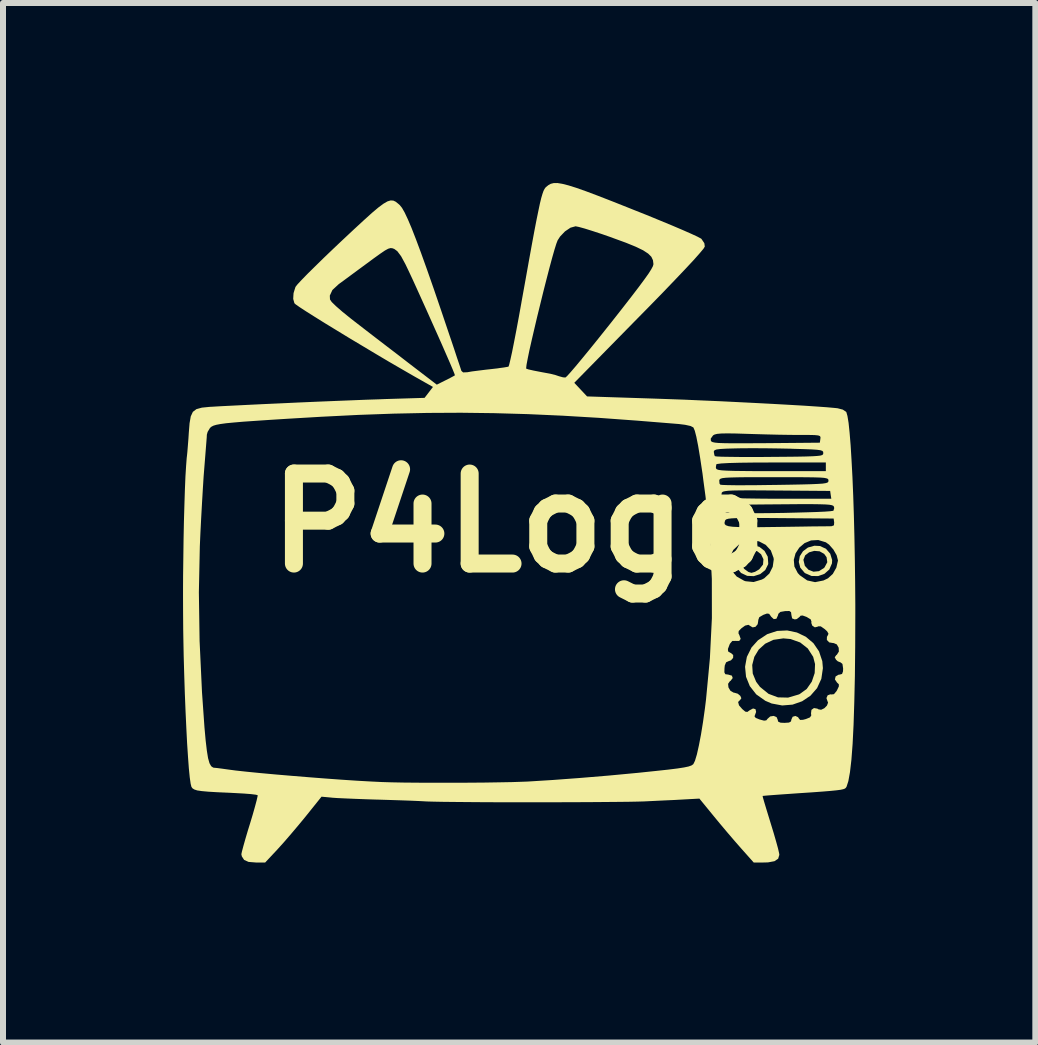
<source format=kicad_pcb>
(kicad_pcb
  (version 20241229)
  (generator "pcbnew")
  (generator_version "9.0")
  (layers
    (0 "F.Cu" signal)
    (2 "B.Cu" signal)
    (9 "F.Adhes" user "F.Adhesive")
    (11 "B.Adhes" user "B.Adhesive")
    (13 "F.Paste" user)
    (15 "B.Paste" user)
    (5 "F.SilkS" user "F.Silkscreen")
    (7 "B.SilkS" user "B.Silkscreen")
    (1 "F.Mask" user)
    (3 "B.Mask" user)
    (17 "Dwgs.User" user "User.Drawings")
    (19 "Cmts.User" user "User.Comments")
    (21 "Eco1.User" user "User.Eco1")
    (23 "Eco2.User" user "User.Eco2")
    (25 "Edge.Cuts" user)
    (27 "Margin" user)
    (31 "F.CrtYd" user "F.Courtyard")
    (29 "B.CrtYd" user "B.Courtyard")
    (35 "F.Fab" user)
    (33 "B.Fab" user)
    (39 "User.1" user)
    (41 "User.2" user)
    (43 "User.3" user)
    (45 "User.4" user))
  (footprint "P4Logo"
    (layer "F.Cu")
    (at 5.598 5.663)
    (property "Reference" "P4Logo" (at 0 0 0) (layer "F.SilkS") (effects (font (size 1.5 1.5) (thickness 0.3))))
    (attr board_only exclude_from_pos_files exclude_from_bom)
    (fp_poly (pts (xy 5.015 0.386) (xy 5.115 0.431) (xy 5.187 0.514) (xy 5.219 0.619) (xy 5.216 0.675) (xy 5.172 0.777) (xy 5.091 0.849) (xy 4.986 0.887) (xy 4.875 0.885) (xy 4.77 0.839) (xy 4.761 0.833) (xy 4.688 0.747) (xy 4.663 0.651) (xy 4.669 0.62) (xy 4.741 0.62) (xy 4.764 0.716) (xy 4.825 0.782) (xy 4.908 0.814) (xy 4.999 0.805) (xy 5.083 0.752) (xy 5.093 0.741) (xy 5.138 0.656) (xy 5.126 0.572) (xy 5.086 0.517) (xy 5.01 0.474) (xy 4.921 0.467) (xy 4.835 0.491) (xy 4.77 0.541) (xy 4.741 0.613) (xy 4.741 0.62) (xy 4.669 0.62) (xy 4.68 0.556) (xy 4.733 0.473) (xy 4.816 0.411) (xy 4.924 0.381)) (stroke (width 0) (type solid)) (fill yes) (layer "F.SilkS"))
    (fp_poly (pts (xy 4.005 0.399) (xy 4.092 0.467) (xy 4.146 0.564) (xy 4.154 0.676) (xy 4.152 0.691) (xy 4.104 0.787) (xy 4.02 0.854) (xy 3.914 0.888) (xy 3.803 0.883) (xy 3.701 0.835) (xy 3.7 0.834) (xy 3.63 0.749) (xy 3.606 0.651) (xy 3.61 0.633) (xy 3.678 0.633) (xy 3.701 0.7) (xy 3.756 0.769) (xy 3.825 0.819) (xy 3.874 0.833) (xy 3.934 0.816) (xy 4.003 0.775) (xy 4.004 0.774) (xy 4.067 0.695) (xy 4.074 0.606) (xy 4.035 0.524) (xy 3.969 0.472) (xy 3.884 0.46) (xy 3.796 0.48) (xy 3.723 0.529) (xy 3.682 0.601) (xy 3.678 0.633) (xy 3.61 0.633) (xy 3.625 0.552) (xy 3.68 0.465) (xy 3.766 0.402) (xy 3.878 0.374) (xy 3.894 0.374)) (stroke (width 0) (type solid)) (fill yes) (layer "F.SilkS"))
    (fp_poly (pts (xy 4.632 1.827) (xy 4.78 1.898) (xy 4.906 2.004) (xy 5 2.141) (xy 5.055 2.305) (xy 5.065 2.421) (xy 5.039 2.599) (xy 4.968 2.754) (xy 4.858 2.88) (xy 4.719 2.973) (xy 4.559 3.029) (xy 4.387 3.043) (xy 4.21 3.01) (xy 4.105 2.965) (xy 3.954 2.858) (xy 3.847 2.721) (xy 3.784 2.565) (xy 3.768 2.399) (xy 3.773 2.369) (xy 3.887 2.369) (xy 3.896 2.511) (xy 3.953 2.649) (xy 4.017 2.734) (xy 4.159 2.849) (xy 4.316 2.908) (xy 4.485 2.912) (xy 4.662 2.86) (xy 4.678 2.853) (xy 4.795 2.768) (xy 4.88 2.646) (xy 4.928 2.503) (xy 4.934 2.353) (xy 4.903 2.233) (xy 4.813 2.093) (xy 4.686 1.993) (xy 4.526 1.936) (xy 4.406 1.925) (xy 4.241 1.949) (xy 4.103 2.014) (xy 3.995 2.112) (xy 3.922 2.233) (xy 3.887 2.369) (xy 3.773 2.369) (xy 3.798 2.233) (xy 3.876 2.076) (xy 3.983 1.957) (xy 4.137 1.855) (xy 4.302 1.801) (xy 4.47 1.793)) (stroke (width 0) (type solid)) (fill yes) (layer "F.SilkS"))
    (fp_poly (pts (xy 0.721 -5.65) (xy 0.824 -5.624) (xy 0.955 -5.583) (xy 1.119 -5.525) (xy 1.321 -5.449) (xy 1.565 -5.354) (xy 1.857 -5.238) (xy 1.884 -5.227) (xy 2.123 -5.132) (xy 2.347 -5.04) (xy 2.55 -4.956) (xy 2.726 -4.881) (xy 2.869 -4.818) (xy 2.973 -4.77) (xy 3.031 -4.739) (xy 3.04 -4.733) (xy 3.089 -4.661) (xy 3.097 -4.605) (xy 3.075 -4.568) (xy 3.012 -4.493) (xy 2.912 -4.38) (xy 2.773 -4.231) (xy 2.599 -4.048) (xy 2.391 -3.831) (xy 2.149 -3.583) (xy 2.005 -3.437) (xy 0.922 -2.334) (xy 1.028 -2.221) (xy 1.135 -2.107) (xy 2.212 -2.072) (xy 2.471 -2.063) (xy 2.752 -2.053) (xy 3.046 -2.04) (xy 3.349 -2.027) (xy 3.653 -2.012) (xy 3.951 -1.997) (xy 4.237 -1.982) (xy 4.504 -1.967) (xy 4.746 -1.953) (xy 4.955 -1.939) (xy 5.125 -1.927) (xy 5.249 -1.916) (xy 5.308 -1.91) (xy 5.397 -1.887) (xy 5.451 -1.851) (xy 5.456 -1.844) (xy 5.474 -1.781) (xy 5.493 -1.665) (xy 5.51 -1.5) (xy 5.527 -1.293) (xy 5.542 -1.047) (xy 5.557 -0.767) (xy 5.57 -0.458) (xy 5.581 -0.125) (xy 5.59 0.228) (xy 5.597 0.596) (xy 5.602 0.974) (xy 5.605 1.357) (xy 5.605 1.517) (xy 5.603 2.063) (xy 5.598 2.553) (xy 5.588 2.987) (xy 5.576 3.364) (xy 5.56 3.684) (xy 5.54 3.948) (xy 5.516 4.155) (xy 5.489 4.304) (xy 5.459 4.397) (xy 5.457 4.4) (xy 5.447 4.415) (xy 5.432 4.428) (xy 5.405 4.438) (xy 5.36 4.448) (xy 5.291 4.457) (xy 5.192 4.467) (xy 5.057 4.478) (xy 4.879 4.491) (xy 4.653 4.506) (xy 4.54 4.514) (xy 4.382 4.525) (xy 4.245 4.535) (xy 4.14 4.543) (xy 4.076 4.549) (xy 4.06 4.551) (xy 4.066 4.579) (xy 4.087 4.652) (xy 4.12 4.762) (xy 4.162 4.899) (xy 4.196 5.01) (xy 4.244 5.167) (xy 4.285 5.309) (xy 4.317 5.425) (xy 4.335 5.505) (xy 4.339 5.532) (xy 4.319 5.597) (xy 4.258 5.638) (xy 4.15 5.658) (xy 4.07 5.66) (xy 3.912 5.66) (xy 3.701 5.423) (xy 3.595 5.302) (xy 3.47 5.156) (xy 3.343 5.005) (xy 3.249 4.891) (xy 3.007 4.595) (xy 2.732 4.61) (xy 2.589 4.618) (xy 2.412 4.626) (xy 2.227 4.635) (xy 2.083 4.642) (xy 1.977 4.645) (xy 1.824 4.648) (xy 1.63 4.65) (xy 1.403 4.652) (xy 1.147 4.654) (xy 0.872 4.655) (xy 0.582 4.656) (xy 0.286 4.656) (xy -0.011 4.656) (xy -0.301 4.656) (xy -0.578 4.655) (xy -0.835 4.653) (xy -1.065 4.651) (xy -1.262 4.649) (xy -1.418 4.646) (xy -1.528 4.643) (xy -1.566 4.641) (xy -1.658 4.636) (xy -1.795 4.63) (xy -1.964 4.624) (xy -2.151 4.618) (xy -2.345 4.612) (xy -2.356 4.612) (xy -2.547 4.606) (xy -2.731 4.599) (xy -2.894 4.592) (xy -3.025 4.586) (xy -3.112 4.58) (xy -3.118 4.579) (xy -3.29 4.563) (xy -3.554 4.892) (xy -3.671 5.034) (xy -3.796 5.182) (xy -3.916 5.321) (xy -4.017 5.433) (xy -4.024 5.441) (xy -4.229 5.66) (xy -4.383 5.66) (xy -4.506 5.65) (xy -4.578 5.618) (xy -4.581 5.615) (xy -4.618 5.558) (xy -4.626 5.522) (xy -4.617 5.479) (xy -4.594 5.392) (xy -4.56 5.271) (xy -4.517 5.125) (xy -4.483 5.016) (xy -4.437 4.863) (xy -4.399 4.729) (xy -4.371 4.624) (xy -4.356 4.557) (xy -4.354 4.538) (xy -4.386 4.53) (xy -4.465 4.52) (xy -4.581 4.511) (xy -4.725 4.503) (xy -4.82 4.498) (xy -5.022 4.489) (xy -5.175 4.48) (xy -5.285 4.47) (xy -5.361 4.459) (xy -5.41 4.443) (xy -5.44 4.424) (xy -5.458 4.399) (xy -5.471 4.347) (xy -5.486 4.242) (xy -5.501 4.091) (xy -5.515 3.9) (xy -5.53 3.673) (xy -5.543 3.418) (xy -5.556 3.139) (xy -5.568 2.842) (xy -5.578 2.534) (xy -5.587 2.218) (xy -5.593 1.902) (xy -5.595 1.773) (xy -5.597 1.493) (xy -5.598 1.196) (xy -5.598 1.156) (xy -5.334 1.156) (xy -5.322 1.966) (xy -5.282 2.821) (xy -5.241 3.405) (xy -5.221 3.626) (xy -5.201 3.796) (xy -5.181 3.92) (xy -5.157 4.005) (xy -5.129 4.055) (xy -5.096 4.078) (xy -5.078 4.081) (xy -5.033 4.085) (xy -4.949 4.096) (xy -4.856 4.109) (xy -4.721 4.127) (xy -4.538 4.147) (xy -4.316 4.169) (xy -4.065 4.192) (xy -3.794 4.215) (xy -3.513 4.238) (xy -3.23 4.26) (xy -2.956 4.28) (xy -2.699 4.297) (xy -2.47 4.31) (xy -2.284 4.319) (xy -2.12 4.324) (xy -1.912 4.328) (xy -1.67 4.33) (xy -1.406 4.331) (xy -1.13 4.331) (xy -0.853 4.33) (xy -0.584 4.328) (xy -0.335 4.324) (xy -0.116 4.32) (xy 0.062 4.314) (xy 0.144 4.311) (xy 0.561 4.285) (xy 1.019 4.251) (xy 1.5 4.211) (xy 1.988 4.165) (xy 2.284 4.134) (xy 2.487 4.112) (xy 2.64 4.093) (xy 2.75 4.076) (xy 2.826 4.06) (xy 2.874 4.043) (xy 2.902 4.024) (xy 2.906 4.02) (xy 2.933 3.965) (xy 2.965 3.859) (xy 2.998 3.712) (xy 3.033 3.53) (xy 3.067 3.32) (xy 3.099 3.092) (xy 3.117 2.945) (xy 3.16 2.491) (xy 3.423 2.491) (xy 3.439 2.522) (xy 3.484 2.528) (xy 3.489 2.529) (xy 3.548 2.546) (xy 3.562 2.586) (xy 3.527 2.632) (xy 3.516 2.638) (xy 3.485 2.682) (xy 3.491 2.742) (xy 3.524 2.798) (xy 3.577 2.829) (xy 3.591 2.831) (xy 3.646 2.847) (xy 3.689 2.883) (xy 3.706 2.923) (xy 3.686 2.951) (xy 3.685 2.951) (xy 3.652 2.985) (xy 3.667 3.041) (xy 3.721 3.103) (xy 3.772 3.146) (xy 3.806 3.151) (xy 3.843 3.124) (xy 3.901 3.093) (xy 3.942 3.105) (xy 3.952 3.15) (xy 3.94 3.184) (xy 3.925 3.224) (xy 3.945 3.25) (xy 4.009 3.276) (xy 4.012 3.277) (xy 4.084 3.296) (xy 4.122 3.291) (xy 4.143 3.265) (xy 4.187 3.226) (xy 4.245 3.217) (xy 4.293 3.237) (xy 4.31 3.276) (xy 4.32 3.313) (xy 4.359 3.33) (xy 4.425 3.333) (xy 4.5 3.328) (xy 4.533 3.309) (xy 4.54 3.276) (xy 4.561 3.231) (xy 4.607 3.218) (xy 4.651 3.238) (xy 4.664 3.259) (xy 4.686 3.284) (xy 4.733 3.282) (xy 4.782 3.269) (xy 4.849 3.242) (xy 4.871 3.21) (xy 4.867 3.174) (xy 4.874 3.116) (xy 4.916 3.086) (xy 4.974 3.096) (xy 4.99 3.107) (xy 5.035 3.115) (xy 5.089 3.089) (xy 5.133 3.044) (xy 5.151 2.996) (xy 5.142 2.973) (xy 5.124 2.92) (xy 5.144 2.874) (xy 5.189 2.857) (xy 5.203 2.86) (xy 5.249 2.855) (xy 5.292 2.804) (xy 5.302 2.786) (xy 5.331 2.724) (xy 5.33 2.689) (xy 5.299 2.66) (xy 5.299 2.659) (xy 5.265 2.609) (xy 5.277 2.559) (xy 5.327 2.53) (xy 5.343 2.529) (xy 5.384 2.518) (xy 5.4 2.475) (xy 5.402 2.428) (xy 5.391 2.352) (xy 5.362 2.327) (xy 5.313 2.307) (xy 5.284 2.281) (xy 5.262 2.24) (xy 5.287 2.205) (xy 5.298 2.197) (xy 5.331 2.145) (xy 5.328 2.081) (xy 5.297 2.026) (xy 5.245 2.003) (xy 5.236 2.003) (xy 5.17 1.992) (xy 5.131 1.951) (xy 5.132 1.899) (xy 5.142 1.883) (xy 5.158 1.848) (xy 5.136 1.808) (xy 5.096 1.771) (xy 5.03 1.725) (xy 4.986 1.724) (xy 4.978 1.73) (xy 4.931 1.741) (xy 4.888 1.713) (xy 4.871 1.666) (xy 4.875 1.65) (xy 4.862 1.609) (xy 4.794 1.568) (xy 4.728 1.544) (xy 4.693 1.547) (xy 4.675 1.568) (xy 4.63 1.603) (xy 4.596 1.609) (xy 4.552 1.592) (xy 4.54 1.535) (xy 4.534 1.488) (xy 4.506 1.469) (xy 4.44 1.47) (xy 4.432 1.471) (xy 4.357 1.484) (xy 4.323 1.515) (xy 4.315 1.544) (xy 4.29 1.598) (xy 4.246 1.604) (xy 4.201 1.562) (xy 4.195 1.552) (xy 4.169 1.516) (xy 4.133 1.511) (xy 4.072 1.533) (xy 4.005 1.572) (xy 3.987 1.621) (xy 3.988 1.629) (xy 3.978 1.689) (xy 3.942 1.732) (xy 3.895 1.742) (xy 3.872 1.729) (xy 3.824 1.699) (xy 3.769 1.712) (xy 3.708 1.756) (xy 3.662 1.802) (xy 3.658 1.841) (xy 3.673 1.871) (xy 3.695 1.934) (xy 3.67 1.968) (xy 3.61 1.967) (xy 3.555 1.968) (xy 3.517 2.013) (xy 3.511 2.025) (xy 3.482 2.101) (xy 3.485 2.142) (xy 3.523 2.166) (xy 3.531 2.168) (xy 3.57 2.202) (xy 3.569 2.25) (xy 3.533 2.291) (xy 3.495 2.304) (xy 3.452 2.324) (xy 3.43 2.376) (xy 3.425 2.421) (xy 3.423 2.491) (xy 3.16 2.491) (xy 3.182 2.254) (xy 3.215 1.589) (xy 3.214 0.933) (xy 3.201 0.685) (xy 3.509 0.685) (xy 3.547 0.799) (xy 3.629 0.895) (xy 3.753 0.965) (xy 3.778 0.973) (xy 3.91 0.986) (xy 4.047 0.945) (xy 4.087 0.924) (xy 4.173 0.844) (xy 4.229 0.732) (xy 4.245 0.616) (xy 4.58 0.616) (xy 4.59 0.728) (xy 4.646 0.836) (xy 4.68 0.873) (xy 4.803 0.959) (xy 4.935 0.988) (xy 5.075 0.96) (xy 5.15 0.924) (xy 5.23 0.851) (xy 5.289 0.746) (xy 5.315 0.634) (xy 5.316 0.625) (xy 5.294 0.54) (xy 5.24 0.445) (xy 5.168 0.363) (xy 5.114 0.324) (xy 4.987 0.286) (xy 4.867 0.293) (xy 4.759 0.338) (xy 4.671 0.413) (xy 4.609 0.508) (xy 4.58 0.616) (xy 4.245 0.616) (xy 4.246 0.61) (xy 4.242 0.582) (xy 4.197 0.459) (xy 4.111 0.366) (xy 3.999 0.308) (xy 3.872 0.29) (xy 3.744 0.317) (xy 3.675 0.353) (xy 3.572 0.451) (xy 3.517 0.566) (xy 3.509 0.685) (xy 3.201 0.685) (xy 3.18 0.271) (xy 3.153 -0.007) (xy 3.426 -0.007) (xy 3.428 0.02) (xy 3.448 0.04) (xy 3.49 0.055) (xy 3.561 0.065) (xy 3.666 0.07) (xy 3.81 0.072) (xy 3.999 0.072) (xy 4.238 0.069) (xy 4.318 0.068) (xy 4.534 0.065) (xy 4.733 0.062) (xy 4.908 0.059) (xy 5.05 0.058) (xy 5.151 0.057) (xy 5.205 0.056) (xy 5.21 0.056) (xy 5.249 0.041) (xy 5.253 -0.007) (xy 5.244 -0.072) (xy 4.349 -0.079) (xy 4.097 -0.081) (xy 3.897 -0.082) (xy 3.742 -0.082) (xy 3.626 -0.079) (xy 3.545 -0.075) (xy 3.491 -0.069) (xy 3.458 -0.06) (xy 3.442 -0.049) (xy 3.436 -0.04) (xy 3.426 -0.007) (xy 3.153 -0.007) (xy 3.129 -0.248) (xy 3.424 -0.248) (xy 3.431 -0.193) (xy 3.448 -0.172) (xy 3.486 -0.167) (xy 3.572 -0.163) (xy 3.697 -0.161) (xy 3.854 -0.16) (xy 4.033 -0.161) (xy 4.226 -0.163) (xy 4.424 -0.166) (xy 4.619 -0.171) (xy 4.801 -0.176) (xy 4.963 -0.181) (xy 5.095 -0.187) (xy 5.189 -0.194) (xy 5.237 -0.201) (xy 5.24 -0.202) (xy 5.254 -0.246) (xy 5.248 -0.271) (xy 5.238 -0.284) (xy 5.215 -0.294) (xy 5.173 -0.302) (xy 5.106 -0.307) (xy 5.007 -0.31) (xy 4.873 -0.312) (xy 4.695 -0.312) (xy 4.469 -0.31) (xy 4.333 -0.309) (xy 4.082 -0.307) (xy 3.882 -0.305) (xy 3.728 -0.302) (xy 3.614 -0.298) (xy 3.533 -0.293) (xy 3.479 -0.286) (xy 3.447 -0.277) (xy 3.431 -0.265) (xy 3.425 -0.251) (xy 3.424 -0.248) (xy 3.129 -0.248) (xy 3.112 -0.412) (xy 3.108 -0.447) (xy 3.372 -0.447) (xy 3.378 -0.428) (xy 3.41 -0.422) (xy 3.493 -0.416) (xy 3.62 -0.411) (xy 3.786 -0.407) (xy 3.984 -0.404) (xy 4.208 -0.402) (xy 4.299 -0.402) (xy 5.205 -0.402) (xy 5.195 -0.467) (xy 5.186 -0.532) (xy 4.292 -0.539) (xy 4.039 -0.541) (xy 3.838 -0.542) (xy 3.683 -0.541) (xy 3.568 -0.539) (xy 3.486 -0.535) (xy 3.432 -0.528) (xy 3.4 -0.52) (xy 3.384 -0.508) (xy 3.379 -0.501) (xy 3.372 -0.447) (xy 3.108 -0.447) (xy 3.073 -0.707) (xy 3.338 -0.707) (xy 3.342 -0.654) (xy 3.356 -0.636) (xy 3.391 -0.632) (xy 3.476 -0.629) (xy 3.604 -0.627) (xy 3.768 -0.627) (xy 3.961 -0.628) (xy 4.174 -0.631) (xy 4.271 -0.632) (xy 4.52 -0.636) (xy 4.717 -0.64) (xy 4.869 -0.644) (xy 4.981 -0.649) (xy 5.06 -0.654) (xy 5.111 -0.662) (xy 5.14 -0.671) (xy 5.154 -0.683) (xy 5.157 -0.698) (xy 5.158 -0.704) (xy 5.156 -0.72) (xy 5.147 -0.733) (xy 5.125 -0.742) (xy 5.084 -0.75) (xy 5.019 -0.755) (xy 4.922 -0.758) (xy 4.789 -0.76) (xy 4.613 -0.761) (xy 4.388 -0.761) (xy 4.253 -0.761) (xy 4.001 -0.761) (xy 3.801 -0.761) (xy 3.646 -0.759) (xy 3.53 -0.756) (xy 3.449 -0.752) (xy 3.395 -0.746) (xy 3.362 -0.737) (xy 3.346 -0.726) (xy 3.339 -0.712) (xy 3.338 -0.707) (xy 3.073 -0.707) (xy 3.059 -0.819) (xy 3.043 -0.924) (xy 3.281 -0.924) (xy 3.286 -0.904) (xy 3.298 -0.892) (xy 3.328 -0.882) (xy 3.381 -0.875) (xy 3.462 -0.87) (xy 3.579 -0.866) (xy 3.735 -0.864) (xy 3.937 -0.862) (xy 4.191 -0.862) (xy 4.208 -0.862) (xy 5.114 -0.862) (xy 5.114 -0.934) (xy 5.114 -1.006) (xy 4.211 -1.006) (xy 3.917 -1.005) (xy 3.679 -1.002) (xy 3.497 -0.997) (xy 3.371 -0.99) (xy 3.303 -0.981) (xy 3.289 -0.976) (xy 3.281 -0.924) (xy 3.043 -0.924) (xy 3.02 -1.078) (xy 3.003 -1.181) (xy 3.247 -1.181) (xy 3.257 -1.127) (xy 3.266 -1.111) (xy 3.299 -1.106) (xy 3.382 -1.102) (xy 3.508 -1.1) (xy 3.67 -1.098) (xy 3.862 -1.097) (xy 4.075 -1.098) (xy 4.179 -1.099) (xy 4.428 -1.101) (xy 4.627 -1.103) (xy 4.779 -1.106) (xy 4.892 -1.11) (xy 4.972 -1.115) (xy 5.023 -1.121) (xy 5.053 -1.13) (xy 5.067 -1.142) (xy 5.071 -1.157) (xy 5.071 -1.164) (xy 5.069 -1.184) (xy 5.056 -1.199) (xy 5.025 -1.21) (xy 4.968 -1.218) (xy 4.879 -1.224) (xy 4.749 -1.229) (xy 4.57 -1.234) (xy 4.525 -1.236) (xy 4.321 -1.24) (xy 4.104 -1.243) (xy 3.895 -1.244) (xy 3.712 -1.243) (xy 3.613 -1.241) (xy 3.462 -1.237) (xy 3.358 -1.231) (xy 3.294 -1.223) (xy 3.261 -1.211) (xy 3.248 -1.193) (xy 3.247 -1.181) (xy 3.003 -1.181) (xy 2.986 -1.283) (xy 2.962 -1.404) (xy 3.196 -1.404) (xy 3.198 -1.369) (xy 3.208 -1.355) (xy 3.229 -1.345) (xy 3.267 -1.337) (xy 3.328 -1.331) (xy 3.419 -1.328) (xy 3.545 -1.326) (xy 3.712 -1.326) (xy 3.926 -1.327) (xy 4.115 -1.328) (xy 5.014 -1.336) (xy 5.023 -1.401) (xy 5.025 -1.428) (xy 5.016 -1.446) (xy 4.986 -1.457) (xy 4.927 -1.463) (xy 4.829 -1.465) (xy 4.684 -1.465) (xy 4.676 -1.465) (xy 4.52 -1.466) (xy 4.327 -1.469) (xy 4.116 -1.474) (xy 3.907 -1.48) (xy 3.805 -1.483) (xy 3.614 -1.489) (xy 3.472 -1.491) (xy 3.371 -1.489) (xy 3.303 -1.483) (xy 3.26 -1.472) (xy 3.235 -1.458) (xy 3.196 -1.404) (xy 2.962 -1.404) (xy 2.956 -1.435) (xy 2.93 -1.535) (xy 2.908 -1.587) (xy 2.906 -1.59) (xy 2.86 -1.614) (xy 2.769 -1.634) (xy 2.665 -1.647) (xy 1.975 -1.703) (xy 1.332 -1.75) (xy 0.726 -1.786) (xy 0.147 -1.812) (xy -0.414 -1.828) (xy -0.967 -1.835) (xy -1.522 -1.832) (xy -2.088 -1.82) (xy -2.676 -1.799) (xy -3.295 -1.768) (xy -3.836 -1.736) (xy -4.139 -1.717) (xy -4.389 -1.7) (xy -4.593 -1.686) (xy -4.755 -1.672) (xy -4.88 -1.66) (xy -4.974 -1.647) (xy -5.043 -1.634) (xy -5.09 -1.62) (xy -5.122 -1.604) (xy -5.144 -1.586) (xy -5.15 -1.579) (xy -5.188 -1.516) (xy -5.201 -1.469) (xy -5.203 -1.426) (xy -5.21 -1.336) (xy -5.22 -1.21) (xy -5.232 -1.058) (xy -5.242 -0.934) (xy -5.255 -0.77) (xy -5.268 -0.562) (xy -5.282 -0.325) (xy -5.296 -0.072) (xy -5.309 0.183) (xy -5.318 0.392) (xy -5.334 1.156) (xy -5.598 1.156) (xy -5.597 0.889) (xy -5.593 0.578) (xy -5.589 0.272) (xy -5.583 -0.023) (xy -5.575 -0.299) (xy -5.567 -0.55) (xy -5.558 -0.769) (xy -5.547 -0.947) (xy -5.537 -1.078) (xy -5.532 -1.121) (xy -5.526 -1.179) (xy -5.518 -1.278) (xy -5.508 -1.404) (xy -5.502 -1.499) (xy -5.489 -1.661) (xy -5.469 -1.775) (xy -5.434 -1.85) (xy -5.375 -1.895) (xy -5.284 -1.92) (xy -5.154 -1.933) (xy -5.114 -1.935) (xy -4.962 -1.944) (xy -4.762 -1.954) (xy -4.523 -1.966) (xy -4.254 -1.979) (xy -3.965 -1.992) (xy -3.666 -2.006) (xy -3.364 -2.019) (xy -3.071 -2.031) (xy -2.794 -2.042) (xy -2.544 -2.052) (xy -2.33 -2.059) (xy -2.23 -2.063) (xy -1.573 -2.083) (xy -1.503 -2.174) (xy -1.433 -2.265) (xy -1.557 -2.335) (xy -1.746 -2.442) (xy -1.952 -2.561) (xy -2.171 -2.688) (xy -2.395 -2.821) (xy -2.619 -2.955) (xy -2.838 -3.086) (xy -3.046 -3.213) (xy -3.238 -3.33) (xy -3.406 -3.435) (xy -3.547 -3.524) (xy -3.654 -3.594) (xy -3.721 -3.641) (xy -3.742 -3.66) (xy -3.762 -3.732) (xy -3.759 -3.787) (xy -3.152 -3.787) (xy -3.149 -3.723) (xy -3.12 -3.68) (xy -3.048 -3.61) (xy -2.94 -3.516) (xy -2.8 -3.403) (xy -2.737 -3.354) (xy -2.583 -3.235) (xy -2.399 -3.093) (xy -2.202 -2.942) (xy -2.007 -2.793) (xy -1.856 -2.676) (xy -1.369 -2.303) (xy -1.223 -2.376) (xy -1.142 -2.417) (xy -1.085 -2.448) (xy -1.067 -2.459) (xy -1.076 -2.486) (xy -1.105 -2.558) (xy -1.152 -2.669) (xy -1.214 -2.811) (xy -1.286 -2.976) (xy -1.367 -3.158) (xy -1.453 -3.35) (xy -1.54 -3.545) (xy -1.626 -3.735) (xy -1.707 -3.914) (xy -1.78 -4.074) (xy -1.843 -4.208) (xy -1.892 -4.31) (xy -1.964 -4.443) (xy -2.027 -4.527) (xy -2.077 -4.564) (xy -2.109 -4.576) (xy -2.14 -4.579) (xy -2.179 -4.568) (xy -2.234 -4.538) (xy -2.312 -4.485) (xy -2.422 -4.406) (xy -2.537 -4.321) (xy -2.673 -4.221) (xy -2.799 -4.128) (xy -2.906 -4.049) (xy -2.983 -3.993) (xy -3.009 -3.973) (xy -3.109 -3.88) (xy -3.152 -3.787) (xy -3.759 -3.787) (xy -3.756 -3.829) (xy -3.726 -3.926) (xy -3.721 -3.936) (xy -3.691 -3.974) (xy -3.623 -4.047) (xy -3.524 -4.149) (xy -3.398 -4.273) (xy -3.251 -4.417) (xy -3.088 -4.573) (xy -2.958 -4.696) (xy -2.753 -4.888) (xy -2.585 -5.043) (xy -2.45 -5.165) (xy -2.342 -5.256) (xy -2.257 -5.319) (xy -2.191 -5.357) (xy -2.138 -5.373) (xy -2.093 -5.37) (xy -2.053 -5.351) (xy -2.012 -5.318) (xy -1.985 -5.294) (xy -1.949 -5.249) (xy -1.905 -5.172) (xy -1.853 -5.062) (xy -1.79 -4.914) (xy -1.717 -4.727) (xy -1.632 -4.499) (xy -1.534 -4.226) (xy -1.422 -3.906) (xy -1.296 -3.537) (xy -1.154 -3.116) (xy -1.13 -3.046) (xy -1.077 -2.888) (xy -1.031 -2.748) (xy -0.993 -2.636) (xy -0.968 -2.56) (xy -0.959 -2.532) (xy -0.93 -2.507) (xy -0.861 -2.51) (xy -0.854 -2.511) (xy -0.786 -2.523) (xy -0.677 -2.537) (xy -0.548 -2.553) (xy -0.474 -2.561) (xy -0.352 -2.575) (xy -0.328 -2.579) (xy 0.12 -2.579) (xy 0.121 -2.57) (xy 0.158 -2.557) (xy 0.247 -2.537) (xy 0.386 -2.51) (xy 0.522 -2.485) (xy 0.609 -2.463) (xy 0.665 -2.444) (xy 0.734 -2.425) (xy 0.774 -2.422) (xy 0.801 -2.445) (xy 0.859 -2.509) (xy 0.944 -2.608) (xy 1.052 -2.738) (xy 1.18 -2.894) (xy 1.323 -3.071) (xy 1.477 -3.264) (xy 1.529 -3.329) (xy 1.717 -3.568) (xy 1.871 -3.766) (xy 1.994 -3.927) (xy 2.089 -4.055) (xy 2.159 -4.153) (xy 2.205 -4.226) (xy 2.232 -4.277) (xy 2.241 -4.31) (xy 2.241 -4.313) (xy 2.233 -4.377) (xy 2.206 -4.434) (xy 2.153 -4.487) (xy 2.069 -4.542) (xy 1.947 -4.601) (xy 1.783 -4.668) (xy 1.569 -4.746) (xy 1.552 -4.753) (xy 1.383 -4.812) (xy 1.228 -4.863) (xy 1.097 -4.904) (xy 0.999 -4.931) (xy 0.945 -4.942) (xy 0.943 -4.942) (xy 0.859 -4.919) (xy 0.767 -4.857) (xy 0.685 -4.771) (xy 0.644 -4.707) (xy 0.623 -4.652) (xy 0.592 -4.553) (xy 0.553 -4.416) (xy 0.508 -4.249) (xy 0.459 -4.06) (xy 0.407 -3.856) (xy 0.355 -3.644) (xy 0.303 -3.432) (xy 0.255 -3.228) (xy 0.211 -3.039) (xy 0.173 -2.871) (xy 0.145 -2.734) (xy 0.126 -2.634) (xy 0.12 -2.579) (xy -0.328 -2.579) (xy -0.253 -2.589) (xy -0.189 -2.6) (xy -0.173 -2.605) (xy -0.162 -2.639) (xy -0.142 -2.723) (xy -0.114 -2.85) (xy -0.081 -3.016) (xy -0.043 -3.212) (xy -0.002 -3.432) (xy 0.041 -3.671) (xy 0.042 -3.678) (xy 0.109 -4.049) (xy 0.166 -4.368) (xy 0.215 -4.638) (xy 0.257 -4.865) (xy 0.293 -5.051) (xy 0.324 -5.202) (xy 0.349 -5.321) (xy 0.371 -5.412) (xy 0.391 -5.48) (xy 0.408 -5.529) (xy 0.425 -5.563) (xy 0.441 -5.586) (xy 0.451 -5.596) (xy 0.489 -5.627) (xy 0.53 -5.65) (xy 0.579 -5.662) (xy 0.641 -5.663)) (stroke (width 0) (type solid)) (fill yes) (layer "F.SilkS")))
  (gr_rect
    (start -3 -3)
    (end 14.203 14.323)
    (stroke (width 0.1) (type default))
    (fill no)
    (layer "Edge.Cuts")))
</source>
